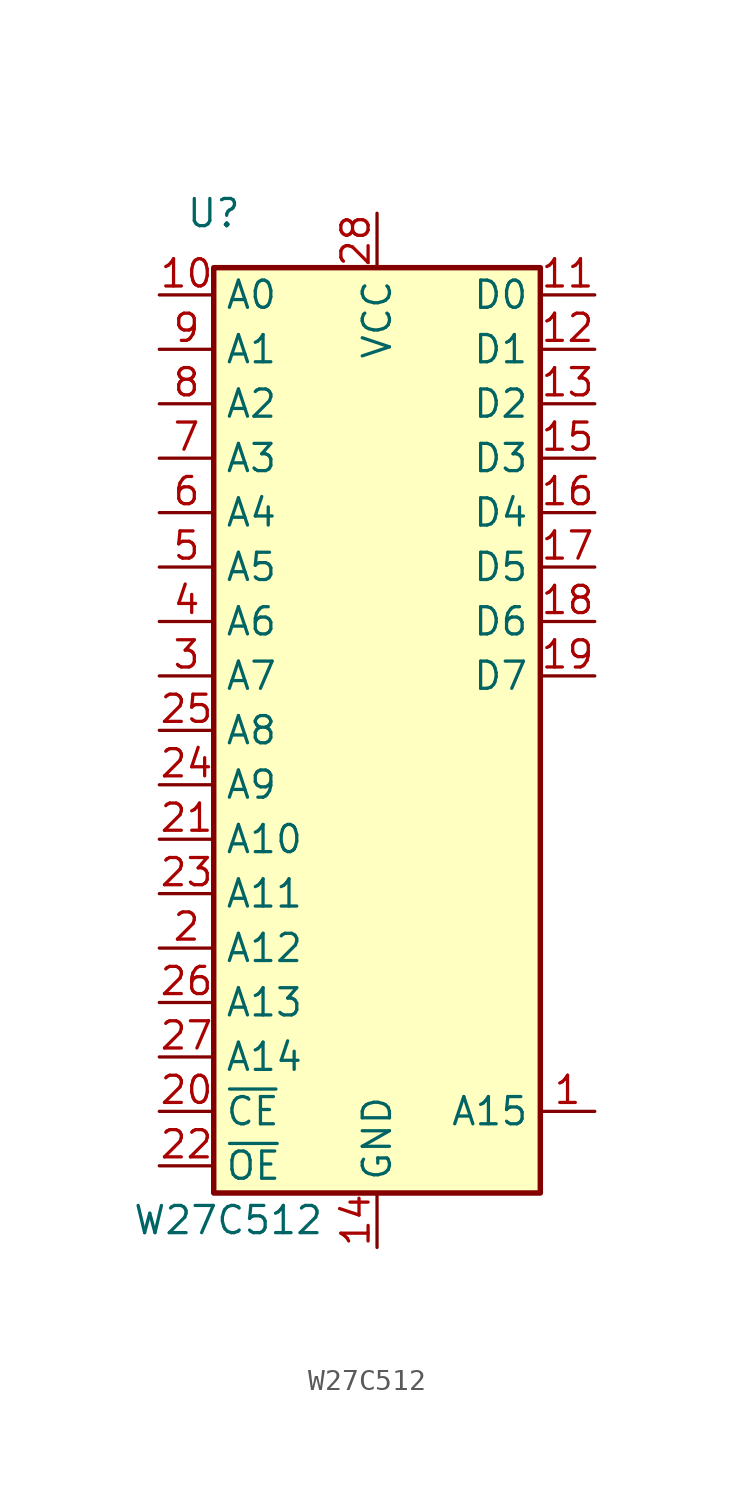
<source format=kicad_sym>
(kicad_symbol_lib
  (version 20220914)
  (generator kicad_symbol_editor)
  (symbol "W27C512"
    (property "Reference" "U"
      (at -7.62 26.67 0)
      (effects (font (size 1.27 1.27))))
    (property "Value" "W27C512"
      (at -11.43 -20.32 0)
      (effects (font (size 1.27 1.27)) (justify left)))
    (symbol "W27C512_1_1"
      (rectangle (start -7.62 24.13) (end 7.62 -19.05) (stroke (width 0.254) (type default)) (fill (type background)))
      (pin input line (at 10.16 -15.24 180) (length 2.54) (name "A15" (effects (font (size 1.27 1.27)))) (number "1" (effects (font (size 1.27 1.27)))))
      (pin input line (at -10.16 22.86 0) (length 2.54) (name "A0" (effects (font (size 1.27 1.27)))) (number "10" (effects (font (size 1.27 1.27)))))
      (pin tri_state line (at 10.16 22.86 180) (length 2.54) (name "D0" (effects (font (size 1.27 1.27)))) (number "11" (effects (font (size 1.27 1.27)))))
      (pin tri_state line (at 10.16 20.32 180) (length 2.54) (name "D1" (effects (font (size 1.27 1.27)))) (number "12" (effects (font (size 1.27 1.27)))))
      (pin tri_state line (at 10.16 17.78 180) (length 2.54) (name "D2" (effects (font (size 1.27 1.27)))) (number "13" (effects (font (size 1.27 1.27)))))
      (pin power_in line (at 0 -21.59 90) (length 2.54) (name "GND" (effects (font (size 1.27 1.27)))) (number "14" (effects (font (size 1.27 1.27)))))
      (pin tri_state line (at 10.16 15.24 180) (length 2.54) (name "D3" (effects (font (size 1.27 1.27)))) (number "15" (effects (font (size 1.27 1.27)))))
      (pin tri_state line (at 10.16 12.7 180) (length 2.54) (name "D4" (effects (font (size 1.27 1.27)))) (number "16" (effects (font (size 1.27 1.27)))))
      (pin tri_state line (at 10.16 10.16 180) (length 2.54) (name "D5" (effects (font (size 1.27 1.27)))) (number "17" (effects (font (size 1.27 1.27)))))
      (pin tri_state line (at 10.16 7.62 180) (length 2.54) (name "D6" (effects (font (size 1.27 1.27)))) (number "18" (effects (font (size 1.27 1.27)))))
      (pin tri_state line (at 10.16 5.08 180) (length 2.54) (name "D7" (effects (font (size 1.27 1.27)))) (number "19" (effects (font (size 1.27 1.27)))))
      (pin input line (at -10.16 -7.62 0) (length 2.54) (name "A12" (effects (font (size 1.27 1.27)))) (number "2" (effects (font (size 1.27 1.27)))))
      (pin input line (at -10.16 -15.24 0) (length 2.54) (name "~{CE}" (effects (font (size 1.27 1.27)))) (number "20" (effects (font (size 1.27 1.27)))))
      (pin input line (at -10.16 -2.54 0) (length 2.54) (name "A10" (effects (font (size 1.27 1.27)))) (number "21" (effects (font (size 1.27 1.27)))))
      (pin input line (at -10.16 -17.78 0) (length 2.54) (name "~{OE}" (effects (font (size 1.27 1.27)))) (number "22" (effects (font (size 1.27 1.27)))))
      (pin input line (at -10.16 -5.08 0) (length 2.54) (name "A11" (effects (font (size 1.27 1.27)))) (number "23" (effects (font (size 1.27 1.27)))))
      (pin input line (at -10.16 0 0) (length 2.54) (name "A9" (effects (font (size 1.27 1.27)))) (number "24" (effects (font (size 1.27 1.27)))))
      (pin input line (at -10.16 2.54 0) (length 2.54) (name "A8" (effects (font (size 1.27 1.27)))) (number "25" (effects (font (size 1.27 1.27)))))
      (pin input line (at -10.16 -10.16 0) (length 2.54) (name "A13" (effects (font (size 1.27 1.27)))) (number "26" (effects (font (size 1.27 1.27)))))
      (pin input line (at -10.16 -12.7 0) (length 2.54) (name "A14" (effects (font (size 1.27 1.27)))) (number "27" (effects (font (size 1.27 1.27)))))
      (pin power_in line (at 0 26.67 270) (length 2.54) (name "VCC" (effects (font (size 1.27 1.27)))) (number "28" (effects (font (size 1.27 1.27)))))
      (pin input line (at -10.16 5.08 0) (length 2.54) (name "A7" (effects (font (size 1.27 1.27)))) (number "3" (effects (font (size 1.27 1.27)))))
      (pin input line (at -10.16 7.62 0) (length 2.54) (name "A6" (effects (font (size 1.27 1.27)))) (number "4" (effects (font (size 1.27 1.27)))))
      (pin input line (at -10.16 10.16 0) (length 2.54) (name "A5" (effects (font (size 1.27 1.27)))) (number "5" (effects (font (size 1.27 1.27)))))
      (pin input line (at -10.16 12.7 0) (length 2.54) (name "A4" (effects (font (size 1.27 1.27)))) (number "6" (effects (font (size 1.27 1.27)))))
      (pin input line (at -10.16 15.24 0) (length 2.54) (name "A3" (effects (font (size 1.27 1.27)))) (number "7" (effects (font (size 1.27 1.27)))))
      (pin input line (at -10.16 17.78 0) (length 2.54) (name "A2" (effects (font (size 1.27 1.27)))) (number "8" (effects (font (size 1.27 1.27)))))
      (pin input line (at -10.16 20.32 0) (length 2.54) (name "A1" (effects (font (size 1.27 1.27)))) (number "9" (effects (font (size 1.27 1.27))))))))
</source>
